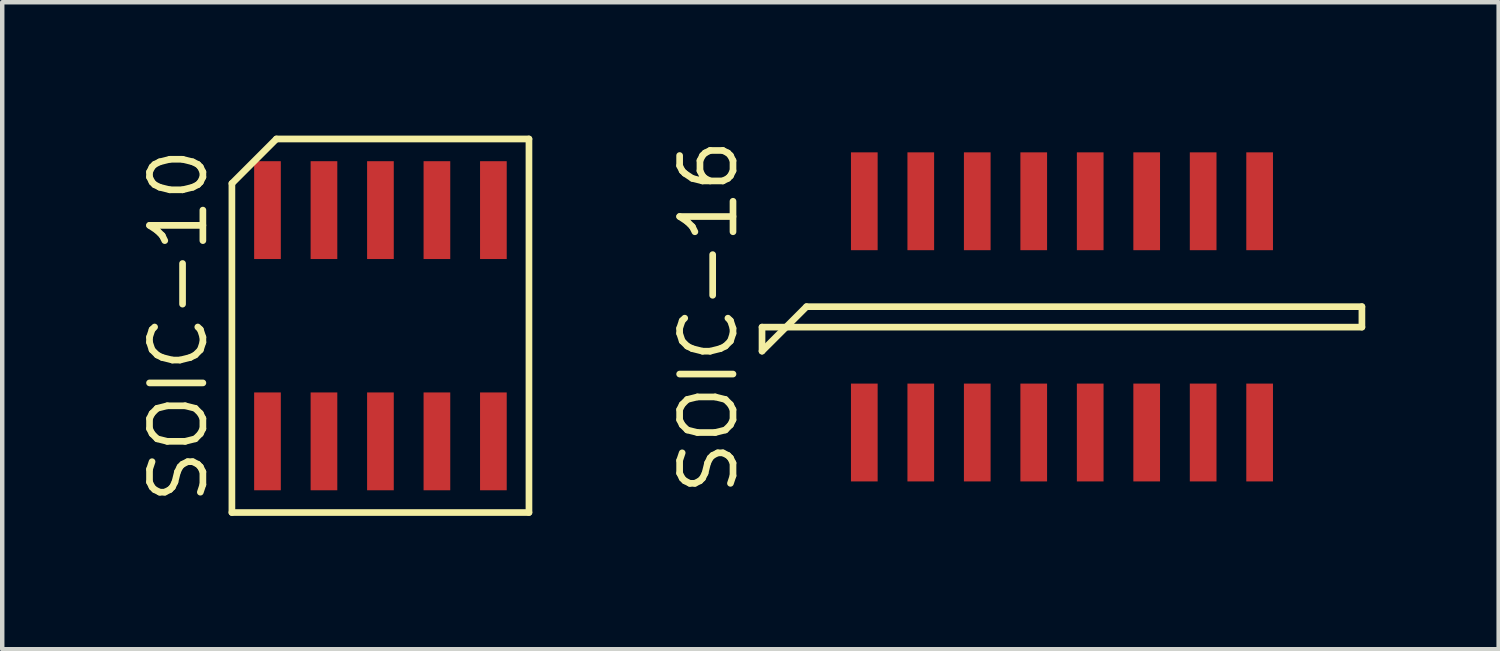
<source format=kicad_pcb>
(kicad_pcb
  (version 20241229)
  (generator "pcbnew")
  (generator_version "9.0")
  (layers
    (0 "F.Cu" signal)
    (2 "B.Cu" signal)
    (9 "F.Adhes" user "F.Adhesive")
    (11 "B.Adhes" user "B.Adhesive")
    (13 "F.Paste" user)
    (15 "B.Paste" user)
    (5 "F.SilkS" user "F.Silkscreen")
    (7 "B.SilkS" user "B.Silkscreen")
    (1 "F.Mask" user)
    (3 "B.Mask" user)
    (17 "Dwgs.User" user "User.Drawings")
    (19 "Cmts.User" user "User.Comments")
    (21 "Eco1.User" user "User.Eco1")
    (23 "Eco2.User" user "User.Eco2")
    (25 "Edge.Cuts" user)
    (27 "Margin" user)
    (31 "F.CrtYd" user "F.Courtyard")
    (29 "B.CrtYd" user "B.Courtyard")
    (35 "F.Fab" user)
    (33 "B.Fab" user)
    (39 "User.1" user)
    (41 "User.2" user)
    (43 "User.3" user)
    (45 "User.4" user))
  (footprint "SOIC-10"
    (layer "F.Cu")
    (at 5.505 4.275)
    (property "Reference" "SOIC-10" (at -4.54 0 90) (layer "F.SilkS") (effects (font (size 1.2 1.2) (thickness 0.15))))
    (attr through_hole)
    (fp_line (start -3.34 -3.2) (end -3.34 4.2) (stroke (width 0.15) (type solid)) (layer "F.SilkS"))
    (fp_line (start -3.34 4.2) (end 3.34 4.2) (stroke (width 0.15) (type solid)) (layer "F.SilkS"))
    (fp_line (start -2.34 -4.2) (end -3.34 -3.2) (stroke (width 0.15) (type solid)) (layer "F.SilkS"))
    (fp_line (start 3.34 -4.2) (end -2.34 -4.2) (stroke (width 0.15) (type solid)) (layer "F.SilkS"))
    (fp_line (start 3.34 4.2) (end 3.34 -4.2) (stroke (width 0.15) (type solid)) (layer "F.SilkS"))
    (pad "1" smd rect (at -2.54 2.6) (size 0.6 2.2) (layers "F.Cu" "F.Mask" "F.Paste"))
    (pad "2" smd rect (at -1.27 2.6) (size 0.6 2.2) (layers "F.Cu" "F.Mask" "F.Paste"))
    (pad "3" smd rect (at 0 2.6) (size 0.6 2.2) (layers "F.Cu" "F.Mask" "F.Paste"))
    (pad "4" smd rect (at 1.27 2.6) (size 0.6 2.2) (layers "F.Cu" "F.Mask" "F.Paste"))
    (pad "5" smd rect (at 2.54 2.6) (size 0.6 2.2) (layers "F.Cu" "F.Mask" "F.Paste"))
    (pad "6" smd rect (at 2.54 -2.6) (size 0.6 2.2) (layers "F.Cu" "F.Mask" "F.Paste"))
    (pad "7" smd rect (at 1.27 -2.6) (size 0.6 2.2) (layers "F.Cu" "F.Mask" "F.Paste"))
    (pad "8" smd rect (at 0 -2.6) (size 0.6 2.2) (layers "F.Cu" "F.Mask" "F.Paste"))
    (pad "9" smd rect (at -1.27 -2.6) (size 0.6 2.2) (layers "F.Cu" "F.Mask" "F.Paste"))
    (pad "10" smd rect (at -2.54 -2.6) (size 0.6 2.2) (layers "F.Cu" "F.Mask" "F.Paste")))
  (footprint "SOIC-16"
    (layer "F.Cu")
    (at 20.831 4.076)
    (property "Reference" "SOIC-16" (at -7.945 0 90) (layer "F.SilkS") (effects (font (size 1.2 1.2) (thickness 0.15))))
    (attr through_hole)
    (fp_line (start -6.745 0.23) (end 6.745 0.23) (stroke (width 0.15) (type solid)) (layer "F.SilkS"))
    (fp_line (start -6.745 0.77) (end -6.745 0.23) (stroke (width 0.15) (type solid)) (layer "F.SilkS"))
    (fp_line (start -5.745 -0.23) (end -6.745 0.77) (stroke (width 0.15) (type solid)) (layer "F.SilkS"))
    (fp_line (start 6.745 -0.23) (end -5.745 -0.23) (stroke (width 0.15) (type solid)) (layer "F.SilkS"))
    (fp_line (start 6.745 0.23) (end 6.745 -0.23) (stroke (width 0.15) (type solid)) (layer "F.SilkS"))
    (pad "1" smd rect (at -4.445 2.6) (size 0.6 2.2) (layers "F.Cu" "F.Mask" "F.Paste"))
    (pad "2" smd rect (at -3.175 2.6) (size 0.6 2.2) (layers "F.Cu" "F.Mask" "F.Paste"))
    (pad "3" smd rect (at -1.905 2.6) (size 0.6 2.2) (layers "F.Cu" "F.Mask" "F.Paste"))
    (pad "4" smd rect (at -0.635 2.6) (size 0.6 2.2) (layers "F.Cu" "F.Mask" "F.Paste"))
    (pad "5" smd rect (at 0.635 2.6) (size 0.6 2.2) (layers "F.Cu" "F.Mask" "F.Paste"))
    (pad "6" smd rect (at 1.905 2.6) (size 0.6 2.2) (layers "F.Cu" "F.Mask" "F.Paste"))
    (pad "7" smd rect (at 3.175 2.6) (size 0.6 2.2) (layers "F.Cu" "F.Mask" "F.Paste"))
    (pad "8" smd rect (at 4.445 2.6) (size 0.6 2.2) (layers "F.Cu" "F.Mask" "F.Paste"))
    (pad "9" smd rect (at 4.445 -2.6) (size 0.6 2.2) (layers "F.Cu" "F.Mask" "F.Paste"))
    (pad "10" smd rect (at 3.175 -2.6) (size 0.6 2.2) (layers "F.Cu" "F.Mask" "F.Paste"))
    (pad "11" smd rect (at 1.905 -2.6) (size 0.6 2.2) (layers "F.Cu" "F.Mask" "F.Paste"))
    (pad "12" smd rect (at 0.635 -2.6) (size 0.6 2.2) (layers "F.Cu" "F.Mask" "F.Paste"))
    (pad "13" smd rect (at -0.635 -2.6) (size 0.6 2.2) (layers "F.Cu" "F.Mask" "F.Paste"))
    (pad "14" smd rect (at -1.905 -2.6) (size 0.6 2.2) (layers "F.Cu" "F.Mask" "F.Paste"))
    (pad "15" smd rect (at -3.175 -2.6) (size 0.6 2.2) (layers "F.Cu" "F.Mask" "F.Paste"))
    (pad "16" smd rect (at -4.445 -2.6) (size 0.6 2.2) (layers "F.Cu" "F.Mask" "F.Paste")))
  (gr_rect
    (start -3 -3)
    (end 30.651 11.55)
    (stroke (width 0.1) (type default))
    (fill no)
    (layer "Edge.Cuts")))
</source>
